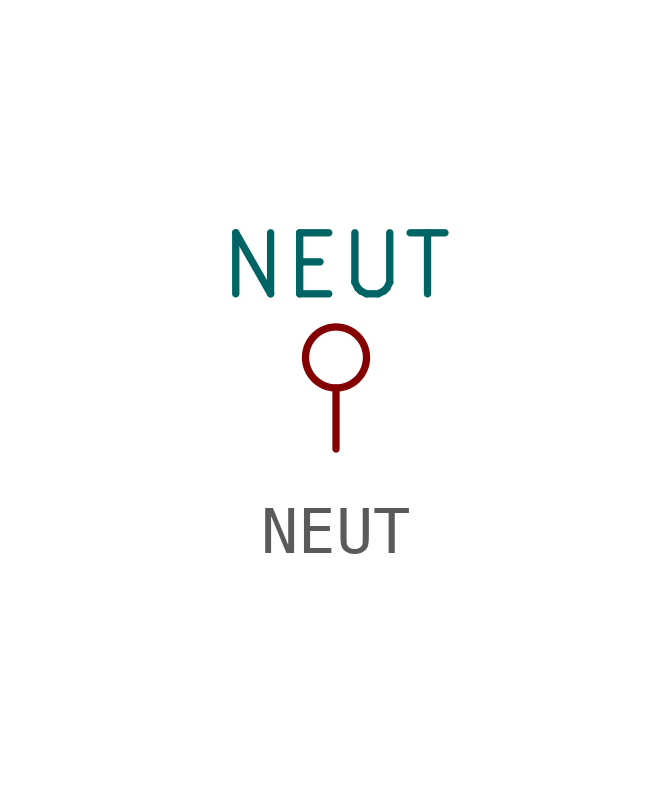
<source format=kicad_sym>
(kicad_symbol_lib
  (version 20211014)
  (generator kicad_symbol_editor)
  (symbol "NEUT"
    (power)
    (pin_names
      (offset 0))
    (property "Reference" "#PWR"
      (at 0 -3.81 0)
      (effects (font (size 1.27 1.27)) hide))
    (property "Value" "NEUT"
      (at 0 3.81 0)
      (effects (font (size 1.27 1.27))))
    (symbol "NEUT_0_1"
      (polyline (pts (xy 0 0) (xy 0 1.27)) (stroke (width 0) (type default) (color 0 0 0 0)) (fill (type none)))
      (circle (center 0 1.905) (radius 0.635) (stroke (width 0) (type default) (color 0 0 0 0)) (fill (type none))))
    (symbol "NEUT_1_1"
      (pin power_in line (at 0 0 90) (length 0) hide (name "NEUT" (effects (font (size 1.27 1.27)))) (number "1" (effects (font (size 1.27 1.27))))))))
</source>
